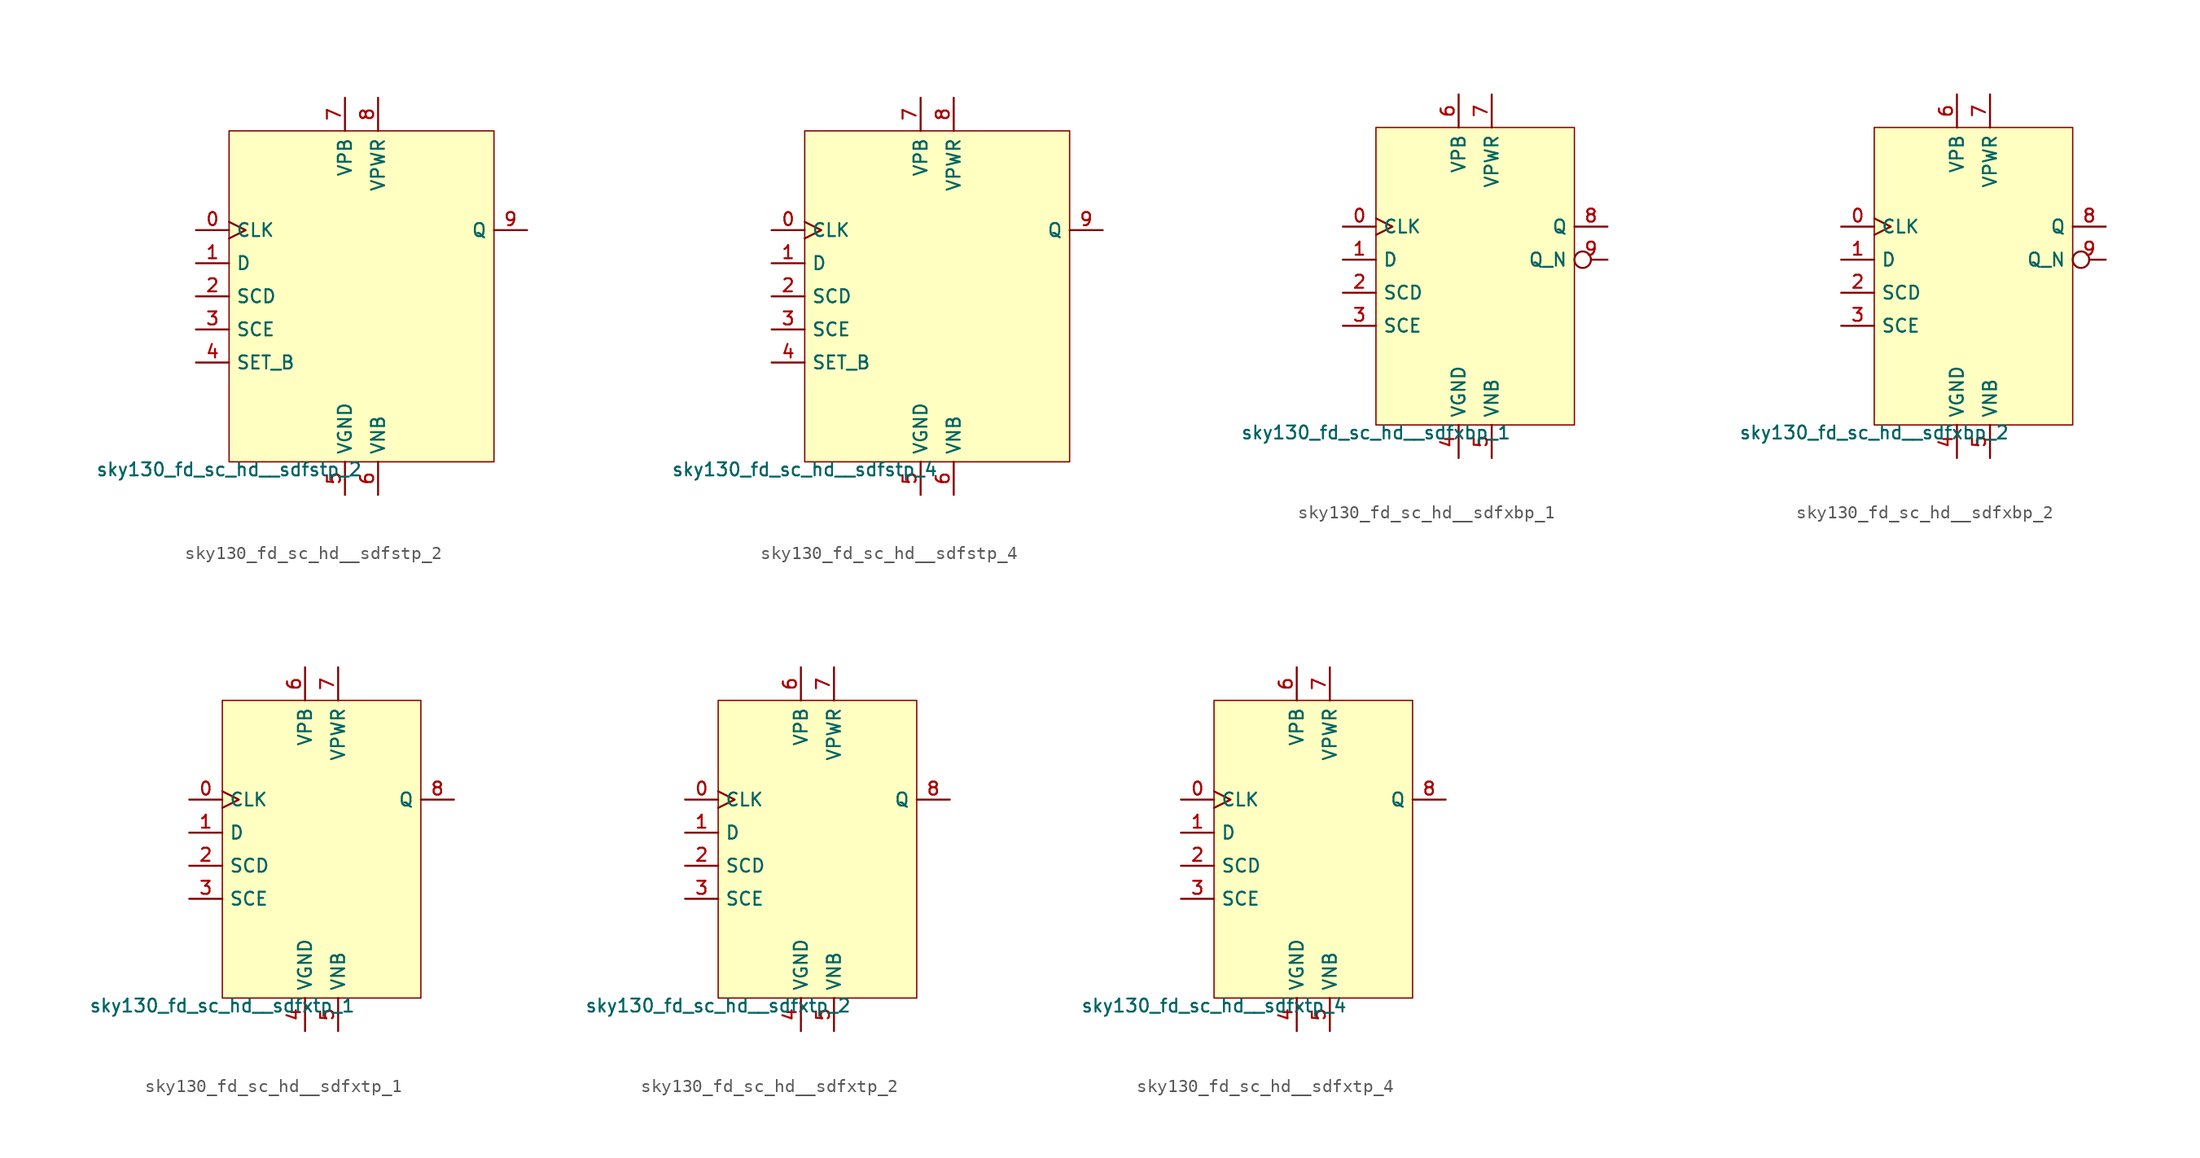
<source format=kicad_sym>
(kicad_symbol_lib
  (version 20211014)
  (generator lef2kicad_sym)
  (symbol "sky130_fd_sc_hd__sdfstp_2"
    (property "Reference" "X"
      (at 0 0 0)
      (effects (font (size 1 1)) hide))
    (property "Value" "sky130_fd_sc_hd__sdfstp_2"
      (at -10.16 -12.7 0)
      (effects (font (size 1 1)) (justify top)))
    (rectangle
      (start -10.16 -12.7)
      (end 10.16 12.7)
      (stroke (width 0.1) (type solid) (color 0 0 0 0))
      (fill (type background)))
    (pin input clock
      (at -12.7 5.08 0)
      (length 2.54)
      (name "CLK" (effects (font (size 1 1)) hide))
      (number "0" (effects (font (size 1 1)) hide)))
    (pin input line
      (at -12.7 2.54 0)
      (length 2.54)
      (name "D" (effects (font (size 1 1)) hide))
      (number "1" (effects (font (size 1 1)) hide)))
    (pin input line
      (at -12.7 -8.881784197001252e-16 0)
      (length 2.54)
      (name "SCD" (effects (font (size 1 1)) hide))
      (number "2" (effects (font (size 1 1)) hide)))
    (pin input line
      (at -12.7 -2.54 0)
      (length 2.54)
      (name "SCE" (effects (font (size 1 1)) hide))
      (number "3" (effects (font (size 1 1)) hide)))
    (pin input line
      (at -12.7 -5.08 0)
      (length 2.54)
      (name "SET_B" (effects (font (size 1 1)) hide))
      (number "4" (effects (font (size 1 1)) hide)))
    (pin power_in line
      (at -1.27 -15.24 90)
      (length 2.54)
      (name "VGND" (effects (font (size 1 1)) hide))
      (number "5" (effects (font (size 1 1)) hide)))
    (pin power_in line
      (at 1.27 -15.24 90)
      (length 2.54)
      (name "VNB" (effects (font (size 1 1)) hide))
      (number "6" (effects (font (size 1 1)) hide)))
    (pin power_in line
      (at -1.27 15.24 270)
      (length 2.54)
      (name "VPB" (effects (font (size 1 1)) hide))
      (number "7" (effects (font (size 1 1)) hide)))
    (pin power_in line
      (at 1.27 15.24 270)
      (length 2.54)
      (name "VPWR" (effects (font (size 1 1)) hide))
      (number "8" (effects (font (size 1 1)) hide)))
    (pin output line
      (at 12.7 5.08 180)
      (length 2.54)
      (name "Q" (effects (font (size 1 1)) hide))
      (number "9" (effects (font (size 1 1)) hide))))
  (symbol "sky130_fd_sc_hd__sdfstp_4"
    (property "Reference" "X"
      (at 0 0 0)
      (effects (font (size 1 1)) hide))
    (property "Value" "sky130_fd_sc_hd__sdfstp_4"
      (at -10.16 -12.7 0)
      (effects (font (size 1 1)) (justify top)))
    (rectangle
      (start -10.16 -12.7)
      (end 10.16 12.7)
      (stroke (width 0.1) (type solid) (color 0 0 0 0))
      (fill (type background)))
    (pin input clock
      (at -12.7 5.08 0)
      (length 2.54)
      (name "CLK" (effects (font (size 1 1)) hide))
      (number "0" (effects (font (size 1 1)) hide)))
    (pin input line
      (at -12.7 2.54 0)
      (length 2.54)
      (name "D" (effects (font (size 1 1)) hide))
      (number "1" (effects (font (size 1 1)) hide)))
    (pin input line
      (at -12.7 -8.881784197001252e-16 0)
      (length 2.54)
      (name "SCD" (effects (font (size 1 1)) hide))
      (number "2" (effects (font (size 1 1)) hide)))
    (pin input line
      (at -12.7 -2.54 0)
      (length 2.54)
      (name "SCE" (effects (font (size 1 1)) hide))
      (number "3" (effects (font (size 1 1)) hide)))
    (pin input line
      (at -12.7 -5.08 0)
      (length 2.54)
      (name "SET_B" (effects (font (size 1 1)) hide))
      (number "4" (effects (font (size 1 1)) hide)))
    (pin power_in line
      (at -1.27 -15.24 90)
      (length 2.54)
      (name "VGND" (effects (font (size 1 1)) hide))
      (number "5" (effects (font (size 1 1)) hide)))
    (pin power_in line
      (at 1.27 -15.24 90)
      (length 2.54)
      (name "VNB" (effects (font (size 1 1)) hide))
      (number "6" (effects (font (size 1 1)) hide)))
    (pin power_in line
      (at -1.27 15.24 270)
      (length 2.54)
      (name "VPB" (effects (font (size 1 1)) hide))
      (number "7" (effects (font (size 1 1)) hide)))
    (pin power_in line
      (at 1.27 15.24 270)
      (length 2.54)
      (name "VPWR" (effects (font (size 1 1)) hide))
      (number "8" (effects (font (size 1 1)) hide)))
    (pin output line
      (at 12.7 5.08 180)
      (length 2.54)
      (name "Q" (effects (font (size 1 1)) hide))
      (number "9" (effects (font (size 1 1)) hide))))
  (symbol "sky130_fd_sc_hd__sdfxbp_1"
    (property "Reference" "X"
      (at 0 0 0)
      (effects (font (size 1 1)) hide))
    (property "Value" "sky130_fd_sc_hd__sdfxbp_1"
      (at -7.62 -11.43 0)
      (effects (font (size 1 1)) (justify top)))
    (rectangle
      (start -7.62 -11.43)
      (end 7.62 11.43)
      (stroke (width 0.1) (type solid) (color 0 0 0 0))
      (fill (type background)))
    (pin input clock
      (at -10.16 3.81 0)
      (length 2.54)
      (name "CLK" (effects (font (size 1 1)) hide))
      (number "0" (effects (font (size 1 1)) hide)))
    (pin input line
      (at -10.16 1.27 0)
      (length 2.54)
      (name "D" (effects (font (size 1 1)) hide))
      (number "1" (effects (font (size 1 1)) hide)))
    (pin input line
      (at -10.16 -1.27 0)
      (length 2.54)
      (name "SCD" (effects (font (size 1 1)) hide))
      (number "2" (effects (font (size 1 1)) hide)))
    (pin input line
      (at -10.16 -3.81 0)
      (length 2.54)
      (name "SCE" (effects (font (size 1 1)) hide))
      (number "3" (effects (font (size 1 1)) hide)))
    (pin power_in line
      (at -1.27 -13.97 90)
      (length 2.54)
      (name "VGND" (effects (font (size 1 1)) hide))
      (number "4" (effects (font (size 1 1)) hide)))
    (pin power_in line
      (at 1.27 -13.97 90)
      (length 2.54)
      (name "VNB" (effects (font (size 1 1)) hide))
      (number "5" (effects (font (size 1 1)) hide)))
    (pin power_in line
      (at -1.27 13.97 270)
      (length 2.54)
      (name "VPB" (effects (font (size 1 1)) hide))
      (number "6" (effects (font (size 1 1)) hide)))
    (pin power_in line
      (at 1.27 13.97 270)
      (length 2.54)
      (name "VPWR" (effects (font (size 1 1)) hide))
      (number "7" (effects (font (size 1 1)) hide)))
    (pin output line
      (at 10.16 3.81 180)
      (length 2.54)
      (name "Q" (effects (font (size 1 1)) hide))
      (number "8" (effects (font (size 1 1)) hide)))
    (pin output inverted
      (at 10.16 1.27 180)
      (length 2.54)
      (name "Q_N" (effects (font (size 1 1)) hide))
      (number "9" (effects (font (size 1 1)) hide))))
  (symbol "sky130_fd_sc_hd__sdfxbp_2"
    (property "Reference" "X"
      (at 0 0 0)
      (effects (font (size 1 1)) hide))
    (property "Value" "sky130_fd_sc_hd__sdfxbp_2"
      (at -7.62 -11.43 0)
      (effects (font (size 1 1)) (justify top)))
    (rectangle
      (start -7.62 -11.43)
      (end 7.62 11.43)
      (stroke (width 0.1) (type solid) (color 0 0 0 0))
      (fill (type background)))
    (pin input clock
      (at -10.16 3.81 0)
      (length 2.54)
      (name "CLK" (effects (font (size 1 1)) hide))
      (number "0" (effects (font (size 1 1)) hide)))
    (pin input line
      (at -10.16 1.27 0)
      (length 2.54)
      (name "D" (effects (font (size 1 1)) hide))
      (number "1" (effects (font (size 1 1)) hide)))
    (pin input line
      (at -10.16 -1.27 0)
      (length 2.54)
      (name "SCD" (effects (font (size 1 1)) hide))
      (number "2" (effects (font (size 1 1)) hide)))
    (pin input line
      (at -10.16 -3.81 0)
      (length 2.54)
      (name "SCE" (effects (font (size 1 1)) hide))
      (number "3" (effects (font (size 1 1)) hide)))
    (pin power_in line
      (at -1.27 -13.97 90)
      (length 2.54)
      (name "VGND" (effects (font (size 1 1)) hide))
      (number "4" (effects (font (size 1 1)) hide)))
    (pin power_in line
      (at 1.27 -13.97 90)
      (length 2.54)
      (name "VNB" (effects (font (size 1 1)) hide))
      (number "5" (effects (font (size 1 1)) hide)))
    (pin power_in line
      (at -1.27 13.97 270)
      (length 2.54)
      (name "VPB" (effects (font (size 1 1)) hide))
      (number "6" (effects (font (size 1 1)) hide)))
    (pin power_in line
      (at 1.27 13.97 270)
      (length 2.54)
      (name "VPWR" (effects (font (size 1 1)) hide))
      (number "7" (effects (font (size 1 1)) hide)))
    (pin output line
      (at 10.16 3.81 180)
      (length 2.54)
      (name "Q" (effects (font (size 1 1)) hide))
      (number "8" (effects (font (size 1 1)) hide)))
    (pin output inverted
      (at 10.16 1.27 180)
      (length 2.54)
      (name "Q_N" (effects (font (size 1 1)) hide))
      (number "9" (effects (font (size 1 1)) hide))))
  (symbol "sky130_fd_sc_hd__sdfxtp_1"
    (property "Reference" "X"
      (at 0 0 0)
      (effects (font (size 1 1)) hide))
    (property "Value" "sky130_fd_sc_hd__sdfxtp_1"
      (at -7.62 -11.43 0)
      (effects (font (size 1 1)) (justify top)))
    (rectangle
      (start -7.62 -11.43)
      (end 7.62 11.43)
      (stroke (width 0.1) (type solid) (color 0 0 0 0))
      (fill (type background)))
    (pin input clock
      (at -10.16 3.81 0)
      (length 2.54)
      (name "CLK" (effects (font (size 1 1)) hide))
      (number "0" (effects (font (size 1 1)) hide)))
    (pin input line
      (at -10.16 1.27 0)
      (length 2.54)
      (name "D" (effects (font (size 1 1)) hide))
      (number "1" (effects (font (size 1 1)) hide)))
    (pin input line
      (at -10.16 -1.27 0)
      (length 2.54)
      (name "SCD" (effects (font (size 1 1)) hide))
      (number "2" (effects (font (size 1 1)) hide)))
    (pin input line
      (at -10.16 -3.81 0)
      (length 2.54)
      (name "SCE" (effects (font (size 1 1)) hide))
      (number "3" (effects (font (size 1 1)) hide)))
    (pin power_in line
      (at -1.27 -13.97 90)
      (length 2.54)
      (name "VGND" (effects (font (size 1 1)) hide))
      (number "4" (effects (font (size 1 1)) hide)))
    (pin power_in line
      (at 1.27 -13.97 90)
      (length 2.54)
      (name "VNB" (effects (font (size 1 1)) hide))
      (number "5" (effects (font (size 1 1)) hide)))
    (pin power_in line
      (at -1.27 13.97 270)
      (length 2.54)
      (name "VPB" (effects (font (size 1 1)) hide))
      (number "6" (effects (font (size 1 1)) hide)))
    (pin power_in line
      (at 1.27 13.97 270)
      (length 2.54)
      (name "VPWR" (effects (font (size 1 1)) hide))
      (number "7" (effects (font (size 1 1)) hide)))
    (pin output line
      (at 10.16 3.81 180)
      (length 2.54)
      (name "Q" (effects (font (size 1 1)) hide))
      (number "8" (effects (font (size 1 1)) hide))))
  (symbol "sky130_fd_sc_hd__sdfxtp_2"
    (property "Reference" "X"
      (at 0 0 0)
      (effects (font (size 1 1)) hide))
    (property "Value" "sky130_fd_sc_hd__sdfxtp_2"
      (at -7.62 -11.43 0)
      (effects (font (size 1 1)) (justify top)))
    (rectangle
      (start -7.62 -11.43)
      (end 7.62 11.43)
      (stroke (width 0.1) (type solid) (color 0 0 0 0))
      (fill (type background)))
    (pin input clock
      (at -10.16 3.81 0)
      (length 2.54)
      (name "CLK" (effects (font (size 1 1)) hide))
      (number "0" (effects (font (size 1 1)) hide)))
    (pin input line
      (at -10.16 1.27 0)
      (length 2.54)
      (name "D" (effects (font (size 1 1)) hide))
      (number "1" (effects (font (size 1 1)) hide)))
    (pin input line
      (at -10.16 -1.27 0)
      (length 2.54)
      (name "SCD" (effects (font (size 1 1)) hide))
      (number "2" (effects (font (size 1 1)) hide)))
    (pin input line
      (at -10.16 -3.81 0)
      (length 2.54)
      (name "SCE" (effects (font (size 1 1)) hide))
      (number "3" (effects (font (size 1 1)) hide)))
    (pin power_in line
      (at -1.27 -13.97 90)
      (length 2.54)
      (name "VGND" (effects (font (size 1 1)) hide))
      (number "4" (effects (font (size 1 1)) hide)))
    (pin power_in line
      (at 1.27 -13.97 90)
      (length 2.54)
      (name "VNB" (effects (font (size 1 1)) hide))
      (number "5" (effects (font (size 1 1)) hide)))
    (pin power_in line
      (at -1.27 13.97 270)
      (length 2.54)
      (name "VPB" (effects (font (size 1 1)) hide))
      (number "6" (effects (font (size 1 1)) hide)))
    (pin power_in line
      (at 1.27 13.97 270)
      (length 2.54)
      (name "VPWR" (effects (font (size 1 1)) hide))
      (number "7" (effects (font (size 1 1)) hide)))
    (pin output line
      (at 10.16 3.81 180)
      (length 2.54)
      (name "Q" (effects (font (size 1 1)) hide))
      (number "8" (effects (font (size 1 1)) hide))))
  (symbol "sky130_fd_sc_hd__sdfxtp_4"
    (property "Reference" "X"
      (at 0 0 0)
      (effects (font (size 1 1)) hide))
    (property "Value" "sky130_fd_sc_hd__sdfxtp_4"
      (at -7.62 -11.43 0)
      (effects (font (size 1 1)) (justify top)))
    (rectangle
      (start -7.62 -11.43)
      (end 7.62 11.43)
      (stroke (width 0.1) (type solid) (color 0 0 0 0))
      (fill (type background)))
    (pin input clock
      (at -10.16 3.81 0)
      (length 2.54)
      (name "CLK" (effects (font (size 1 1)) hide))
      (number "0" (effects (font (size 1 1)) hide)))
    (pin input line
      (at -10.16 1.27 0)
      (length 2.54)
      (name "D" (effects (font (size 1 1)) hide))
      (number "1" (effects (font (size 1 1)) hide)))
    (pin input line
      (at -10.16 -1.27 0)
      (length 2.54)
      (name "SCD" (effects (font (size 1 1)) hide))
      (number "2" (effects (font (size 1 1)) hide)))
    (pin input line
      (at -10.16 -3.81 0)
      (length 2.54)
      (name "SCE" (effects (font (size 1 1)) hide))
      (number "3" (effects (font (size 1 1)) hide)))
    (pin power_in line
      (at -1.27 -13.97 90)
      (length 2.54)
      (name "VGND" (effects (font (size 1 1)) hide))
      (number "4" (effects (font (size 1 1)) hide)))
    (pin power_in line
      (at 1.27 -13.97 90)
      (length 2.54)
      (name "VNB" (effects (font (size 1 1)) hide))
      (number "5" (effects (font (size 1 1)) hide)))
    (pin power_in line
      (at -1.27 13.97 270)
      (length 2.54)
      (name "VPB" (effects (font (size 1 1)) hide))
      (number "6" (effects (font (size 1 1)) hide)))
    (pin power_in line
      (at 1.27 13.97 270)
      (length 2.54)
      (name "VPWR" (effects (font (size 1 1)) hide))
      (number "7" (effects (font (size 1 1)) hide)))
    (pin output line
      (at 10.16 3.81 180)
      (length 2.54)
      (name "Q" (effects (font (size 1 1)) hide))
      (number "8" (effects (font (size 1 1)) hide)))))
</source>
